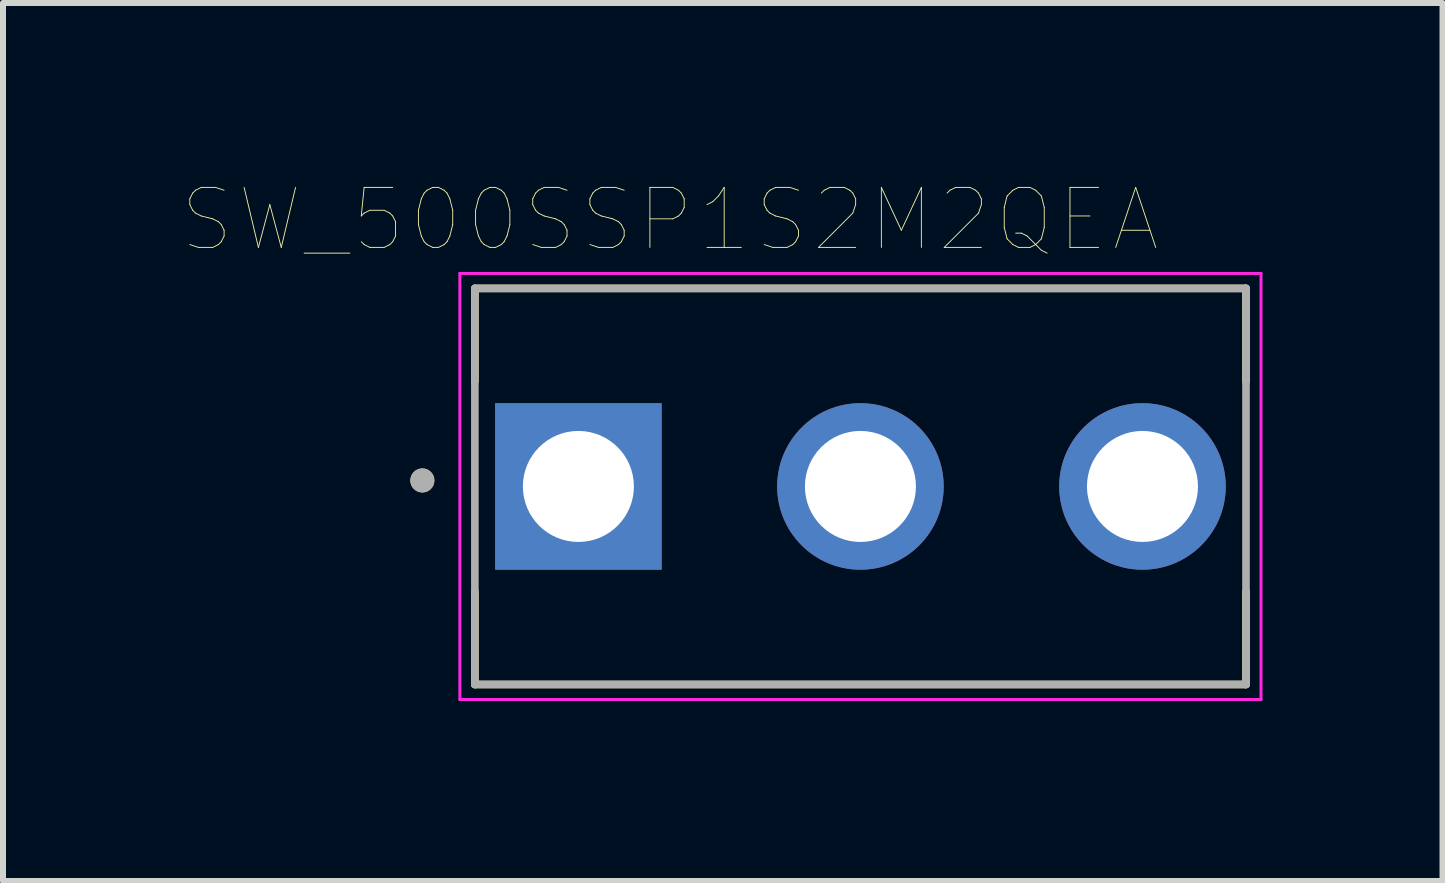
<source format=kicad_pcb>
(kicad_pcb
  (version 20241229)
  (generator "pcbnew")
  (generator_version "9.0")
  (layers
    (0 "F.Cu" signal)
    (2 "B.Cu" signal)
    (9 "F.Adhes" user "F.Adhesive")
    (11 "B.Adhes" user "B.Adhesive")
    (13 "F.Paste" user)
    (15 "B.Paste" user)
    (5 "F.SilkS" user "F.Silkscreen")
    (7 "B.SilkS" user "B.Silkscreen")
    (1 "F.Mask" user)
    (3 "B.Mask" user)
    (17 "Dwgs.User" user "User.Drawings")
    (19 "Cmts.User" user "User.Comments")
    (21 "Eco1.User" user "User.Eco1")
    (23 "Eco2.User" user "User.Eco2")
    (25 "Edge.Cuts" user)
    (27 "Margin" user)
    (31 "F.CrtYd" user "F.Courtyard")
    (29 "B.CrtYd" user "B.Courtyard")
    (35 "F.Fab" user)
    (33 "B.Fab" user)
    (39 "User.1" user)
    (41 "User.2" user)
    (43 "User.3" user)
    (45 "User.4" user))
  (footprint "SW_500SSP1S2M2QEA"
    (layer "F.Cu")
    (at 11.288 5.056)
    (property "Reference" "SW_500SSP1S2M2QEA" (at -3.175 -4.445 0) (layer "F.SilkS") (effects (font (size 1 1) (thickness 0.015))))
    (attr through_hole)
    (fp_line (start -6.425 -3.3) (end 6.425 -3.3) (stroke (width 0.127) (type solid)) (layer "F.SilkS"))
    (fp_line (start -6.425 -1.75) (end -6.425 -3.3) (stroke (width 0.127) (type solid)) (layer "F.SilkS"))
    (fp_line (start -6.425 3.3) (end -6.425 1.75) (stroke (width 0.127) (type solid)) (layer "F.SilkS"))
    (fp_line (start 6.425 -3.3) (end 6.425 -1.75) (stroke (width 0.127) (type solid)) (layer "F.SilkS"))
    (fp_line (start 6.425 1.75) (end 6.425 3.3) (stroke (width 0.127) (type solid)) (layer "F.SilkS"))
    (fp_line (start 6.425 3.3) (end -6.425 3.3) (stroke (width 0.127) (type solid)) (layer "F.SilkS"))
    (fp_circle (center -7.3 -0.1) (end -7.2 -0.1) (stroke (width 0.2) (type solid)) (fill no) (layer "F.SilkS"))
    (fp_line (start -6.675 -3.55) (end 6.675 -3.55) (stroke (width 0.05) (type solid)) (layer "F.CrtYd"))
    (fp_line (start -6.675 3.55) (end -6.675 -3.55) (stroke (width 0.05) (type solid)) (layer "F.CrtYd"))
    (fp_line (start 6.675 -3.55) (end 6.675 3.55) (stroke (width 0.05) (type solid)) (layer "F.CrtYd"))
    (fp_line (start 6.675 3.55) (end -6.675 3.55) (stroke (width 0.05) (type solid)) (layer "F.CrtYd"))
    (fp_line (start -6.425 -3.3) (end 6.425 -3.3) (stroke (width 0.127) (type solid)) (layer "F.Fab"))
    (fp_line (start -6.425 3.3) (end -6.425 -3.3) (stroke (width 0.127) (type solid)) (layer "F.Fab"))
    (fp_line (start 6.425 -3.3) (end 6.425 3.3) (stroke (width 0.127) (type solid)) (layer "F.Fab"))
    (fp_line (start 6.425 3.3) (end -6.425 3.3) (stroke (width 0.127) (type solid)) (layer "F.Fab"))
    (fp_circle (center -7.3 -0.1) (end -7.2 -0.1) (stroke (width 0.2) (type solid)) (fill no) (layer "F.Fab"))
    (pad "1" thru_hole rect (at -4.7 0) (size 2.775 2.775) (drill 1.85) (layers "*.Cu" "*.Mask"))
    (pad "2" thru_hole circle (at 0 0) (size 2.775 2.775) (drill 1.85) (layers "*.Cu" "*.Mask"))
    (pad "3" thru_hole circle (at 4.7 0) (size 2.775 2.775) (drill 1.85) (layers "*.Cu" "*.Mask")))
  (gr_rect
    (start -3 -3)
    (end 20.988 11.631)
    (stroke (width 0.1) (type default))
    (fill no)
    (layer "Edge.Cuts")))
</source>
